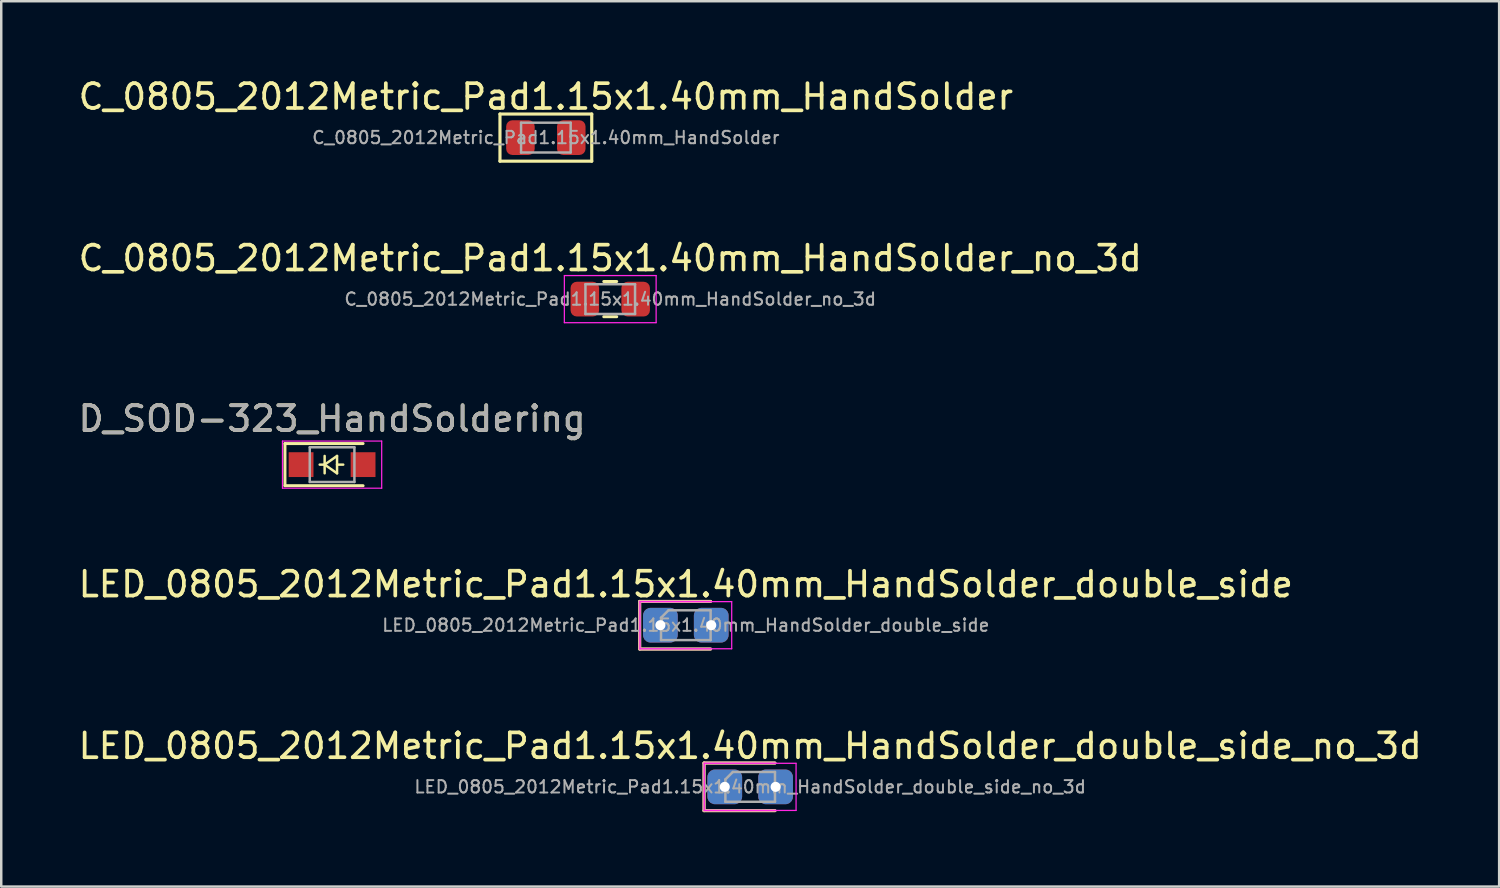
<source format=kicad_pcb>
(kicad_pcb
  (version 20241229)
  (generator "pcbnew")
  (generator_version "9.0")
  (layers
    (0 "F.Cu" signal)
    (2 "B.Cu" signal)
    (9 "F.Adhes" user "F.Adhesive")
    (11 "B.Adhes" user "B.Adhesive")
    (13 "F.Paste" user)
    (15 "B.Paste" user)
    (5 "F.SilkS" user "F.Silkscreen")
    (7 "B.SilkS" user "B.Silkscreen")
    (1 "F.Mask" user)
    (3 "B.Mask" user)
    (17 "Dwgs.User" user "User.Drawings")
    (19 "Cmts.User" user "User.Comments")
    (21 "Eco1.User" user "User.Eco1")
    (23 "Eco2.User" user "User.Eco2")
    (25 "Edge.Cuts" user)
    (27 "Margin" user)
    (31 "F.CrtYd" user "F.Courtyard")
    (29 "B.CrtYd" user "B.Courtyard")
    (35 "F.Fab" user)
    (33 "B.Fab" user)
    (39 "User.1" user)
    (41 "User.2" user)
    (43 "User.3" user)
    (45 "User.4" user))
  (footprint "LED_0805_2012Metric_Pad1.15x1.40mm_HandSolder_double_side"
    (layer "F.Cu")
    (at 24.601 22.157)
    (property "Reference" "LED_0805_2012Metric_Pad1.15x1.40mm_HandSolder_double_side" (at 0 -1.65 0) (layer "F.SilkS") (effects (font (size 1 1) (thickness 0.15))))
    (attr smd)
    (fp_line (start -1.86 -0.96) (end -1.86 0.96) (stroke (width 0.12) (type solid)) (layer "F.SilkS"))
    (fp_line (start -1.86 0.96) (end 1 0.96) (stroke (width 0.12) (type solid)) (layer "F.SilkS"))
    (fp_line (start 1 -0.96) (end -1.86 -0.96) (stroke (width 0.12) (type solid)) (layer "F.SilkS"))
    (fp_line (start -1.86 -0.96) (end -1.86 0.96) (stroke (width 0.12) (type solid)) (layer "B.SilkS"))
    (fp_line (start -1.86 0.96) (end 1 0.96) (stroke (width 0.12) (type solid)) (layer "B.SilkS"))
    (fp_line (start 1 -0.96) (end -1.86 -0.96) (stroke (width 0.12) (type solid)) (layer "B.SilkS"))
    (fp_line (start -1.85 -0.95) (end 1.85 -0.95) (stroke (width 0.05) (type solid)) (layer "F.CrtYd"))
    (fp_line (start -1.85 0.95) (end -1.85 -0.95) (stroke (width 0.05) (type solid)) (layer "F.CrtYd"))
    (fp_line (start 1.85 -0.95) (end 1.85 0.95) (stroke (width 0.05) (type solid)) (layer "F.CrtYd"))
    (fp_line (start 1.85 0.95) (end -1.85 0.95) (stroke (width 0.05) (type solid)) (layer "F.CrtYd"))
    (fp_line (start -1 -0.3) (end -1 0.6) (stroke (width 0.1) (type solid)) (layer "F.Fab"))
    (fp_line (start -1 0.6) (end 1 0.6) (stroke (width 0.1) (type solid)) (layer "F.Fab"))
    (fp_line (start -0.7 -0.6) (end -1 -0.3) (stroke (width 0.1) (type solid)) (layer "F.Fab"))
    (fp_line (start 1 -0.6) (end -0.7 -0.6) (stroke (width 0.1) (type solid)) (layer "F.Fab"))
    (fp_line (start 1 0.6) (end 1 -0.6) (stroke (width 0.1) (type solid)) (layer "F.Fab"))
    (fp_text user "${REFERENCE}" (at 0 0 0) (layer "F.Fab") (effects (font (size 0.5 0.5) (thickness 0.08))))
    (pad "1" thru_hole roundrect (at -1.025 0) (size 1.4 1.4) (drill 0.406) (layers "*.Cu" "*.Mask") (roundrect_rratio 0.217))
    (pad "2" thru_hole roundrect (at 1.025 0) (size 1.4 1.4) (drill 0.406) (layers "*.Cu" "*.Mask") (roundrect_rratio 0.217)))
  (footprint "C_0805_2012Metric_Pad1.15x1.40mm_HandSolder_no_3d"
    (layer "F.Cu")
    (at 21.554 9.01)
    (property "Reference" "C_0805_2012Metric_Pad1.15x1.40mm_HandSolder_no_3d" (at 0 -1.65 0) (layer "F.SilkS") (effects (font (size 1 1) (thickness 0.15))))
    (attr smd)
    (fp_line (start -0.261 -0.71) (end 0.261 -0.71) (stroke (width 0.12) (type solid)) (layer "F.SilkS"))
    (fp_line (start -0.261 0.71) (end 0.261 0.71) (stroke (width 0.12) (type solid)) (layer "F.SilkS"))
    (fp_line (start -1.85 -0.95) (end 1.85 -0.95) (stroke (width 0.05) (type solid)) (layer "F.CrtYd"))
    (fp_line (start -1.85 0.95) (end -1.85 -0.95) (stroke (width 0.05) (type solid)) (layer "F.CrtYd"))
    (fp_line (start 1.85 -0.95) (end 1.85 0.95) (stroke (width 0.05) (type solid)) (layer "F.CrtYd"))
    (fp_line (start 1.85 0.95) (end -1.85 0.95) (stroke (width 0.05) (type solid)) (layer "F.CrtYd"))
    (fp_line (start -1 -0.6) (end 1 -0.6) (stroke (width 0.1) (type solid)) (layer "F.Fab"))
    (fp_line (start -1 0.6) (end -1 -0.6) (stroke (width 0.1) (type solid)) (layer "F.Fab"))
    (fp_line (start 1 -0.6) (end 1 0.6) (stroke (width 0.1) (type solid)) (layer "F.Fab"))
    (fp_line (start 1 0.6) (end -1 0.6) (stroke (width 0.1) (type solid)) (layer "F.Fab"))
    (fp_text user "${REFERENCE}" (at 0 0 0) (layer "F.Fab") (effects (font (size 0.5 0.5) (thickness 0.08))))
    (pad "1" smd roundrect (at -1.025 0) (size 1.15 1.4) (layers "F.Cu" "F.Mask" "F.Paste") (roundrect_rratio 0.217))
    (pad "2" smd roundrect (at 1.025 0) (size 1.15 1.4) (layers "F.Cu" "F.Mask" "F.Paste") (roundrect_rratio 0.217)))
  (footprint "D_SOD-323_HandSoldering"
    (layer "F.Cu")
    (at 10.339 15.683)
    (property "Reference" "D_SOD-323_HandSoldering" (at 0 -1.85 0) (layer "F.SilkS") (effects (font (size 1 1) (thickness 0.15))))
    (attr smd)
    (fp_line (start -1.9 -0.85) (end -1.9 0.85) (stroke (width 0.12) (type solid)) (layer "F.SilkS"))
    (fp_line (start -1.9 -0.85) (end 1.25 -0.85) (stroke (width 0.12) (type solid)) (layer "F.SilkS"))
    (fp_line (start -1.9 0.85) (end 1.25 0.85) (stroke (width 0.12) (type solid)) (layer "F.SilkS"))
    (fp_line (start -0.3 -0.35) (end -0.3 0.35) (stroke (width 0.1) (type solid)) (layer "F.SilkS"))
    (fp_line (start -0.3 0) (end -0.5 0) (stroke (width 0.1) (type solid)) (layer "F.SilkS"))
    (fp_line (start -0.3 0) (end 0.2 -0.35) (stroke (width 0.1) (type solid)) (layer "F.SilkS"))
    (fp_line (start 0.2 -0.35) (end 0.2 0.35) (stroke (width 0.1) (type solid)) (layer "F.SilkS"))
    (fp_line (start 0.2 0) (end 0.45 0) (stroke (width 0.1) (type solid)) (layer "F.SilkS"))
    (fp_line (start 0.2 0.35) (end -0.3 0) (stroke (width 0.1) (type solid)) (layer "F.SilkS"))
    (fp_line (start -2 -0.95) (end -2 0.95) (stroke (width 0.05) (type solid)) (layer "F.CrtYd"))
    (fp_line (start -2 -0.95) (end 2 -0.95) (stroke (width 0.05) (type solid)) (layer "F.CrtYd"))
    (fp_line (start -2 0.95) (end 2 0.95) (stroke (width 0.05) (type solid)) (layer "F.CrtYd"))
    (fp_line (start 2 -0.95) (end 2 0.95) (stroke (width 0.05) (type solid)) (layer "F.CrtYd"))
    (fp_line (start -0.9 -0.7) (end 0.9 -0.7) (stroke (width 0.1) (type solid)) (layer "F.Fab"))
    (fp_line (start -0.9 0.7) (end -0.9 -0.7) (stroke (width 0.1) (type solid)) (layer "F.Fab"))
    (fp_line (start 0.9 -0.7) (end 0.9 0.7) (stroke (width 0.1) (type solid)) (layer "F.Fab"))
    (fp_line (start 0.9 0.7) (end -0.9 0.7) (stroke (width 0.1) (type solid)) (layer "F.Fab"))
    (fp_text user "${REFERENCE}" (at 0 -1.85 0) (layer "F.Fab") (effects (font (size 1 1) (thickness 0.15))))
    (pad "1" smd rect (at -1.25 0) (size 1 1) (layers "F.Cu" "F.Mask" "F.Paste"))
    (pad "2" smd rect (at 1.25 0) (size 1 1) (layers "F.Cu" "F.Mask" "F.Paste")))
  (footprint "LED_0805_2012Metric_Pad1.15x1.40mm_HandSolder_double_side_no_3d"
    (layer "F.Cu")
    (at 27.196 28.675)
    (property "Reference" "LED_0805_2012Metric_Pad1.15x1.40mm_HandSolder_double_side_no_3d" (at 0 -1.65 0) (layer "F.SilkS") (effects (font (size 1 1) (thickness 0.15))))
    (attr smd)
    (fp_line (start -1.86 -0.96) (end -1.86 0.96) (stroke (width 0.12) (type solid)) (layer "F.SilkS"))
    (fp_line (start -1.86 0.96) (end 1 0.96) (stroke (width 0.12) (type solid)) (layer "F.SilkS"))
    (fp_line (start 1 -0.96) (end -1.86 -0.96) (stroke (width 0.12) (type solid)) (layer "F.SilkS"))
    (fp_line (start -1.86 -0.96) (end -1.86 0.96) (stroke (width 0.12) (type solid)) (layer "B.SilkS"))
    (fp_line (start -1.86 0.96) (end 1 0.96) (stroke (width 0.12) (type solid)) (layer "B.SilkS"))
    (fp_line (start 1 -0.96) (end -1.86 -0.96) (stroke (width 0.12) (type solid)) (layer "B.SilkS"))
    (fp_line (start -1.85 -0.95) (end 1.85 -0.95) (stroke (width 0.05) (type solid)) (layer "F.CrtYd"))
    (fp_line (start -1.85 0.95) (end -1.85 -0.95) (stroke (width 0.05) (type solid)) (layer "F.CrtYd"))
    (fp_line (start 1.85 -0.95) (end 1.85 0.95) (stroke (width 0.05) (type solid)) (layer "F.CrtYd"))
    (fp_line (start 1.85 0.95) (end -1.85 0.95) (stroke (width 0.05) (type solid)) (layer "F.CrtYd"))
    (fp_line (start -1 -0.3) (end -1 0.6) (stroke (width 0.1) (type solid)) (layer "F.Fab"))
    (fp_line (start -1 0.6) (end 1 0.6) (stroke (width 0.1) (type solid)) (layer "F.Fab"))
    (fp_line (start -0.7 -0.6) (end -1 -0.3) (stroke (width 0.1) (type solid)) (layer "F.Fab"))
    (fp_line (start 1 -0.6) (end -0.7 -0.6) (stroke (width 0.1) (type solid)) (layer "F.Fab"))
    (fp_line (start 1 0.6) (end 1 -0.6) (stroke (width 0.1) (type solid)) (layer "F.Fab"))
    (fp_text user "${REFERENCE}" (at 0 0 0) (layer "F.Fab") (effects (font (size 0.5 0.5) (thickness 0.08))))
    (pad "1" thru_hole roundrect (at -1.025 0) (size 1.4 1.4) (drill 0.406) (layers "*.Cu" "*.Mask") (roundrect_rratio 0.217))
    (pad "2" thru_hole roundrect (at 1.025 0) (size 1.4 1.4) (drill 0.406) (layers "*.Cu" "*.Mask") (roundrect_rratio 0.217)))
  (footprint "C_0805_2012Metric_Pad1.15x1.40mm_HandSolder"
    (layer "F.Cu")
    (at 18.958 2.498)
    (property "Reference" "C_0805_2012Metric_Pad1.15x1.40mm_HandSolder" (at 0 -1.65 0) (layer "F.SilkS") (effects (font (size 1 1) (thickness 0.15))))
    (attr smd)
    (fp_line (start -1.85 -0.95) (end 1.85 -0.95) (stroke (width 0.127) (type solid)) (layer "F.SilkS"))
    (fp_line (start -1.85 0.95) (end -1.85 -0.95) (stroke (width 0.127) (type solid)) (layer "F.SilkS"))
    (fp_line (start 1.85 -0.95) (end 1.85 0.95) (stroke (width 0.127) (type solid)) (layer "F.SilkS"))
    (fp_line (start 1.85 0.95) (end -1.85 0.95) (stroke (width 0.127) (type solid)) (layer "F.SilkS"))
    (fp_line (start -1 -0.6) (end 1 -0.6) (stroke (width 0.1) (type solid)) (layer "F.Fab"))
    (fp_line (start -1 0.6) (end -1 -0.6) (stroke (width 0.1) (type solid)) (layer "F.Fab"))
    (fp_line (start 1 -0.6) (end 1 0.6) (stroke (width 0.1) (type solid)) (layer "F.Fab"))
    (fp_line (start 1 0.6) (end -1 0.6) (stroke (width 0.1) (type solid)) (layer "F.Fab"))
    (fp_text user "${REFERENCE}" (at 0 0 0) (layer "F.Fab") (effects (font (size 0.5 0.5) (thickness 0.08))))
    (pad "1" smd roundrect (at -1.025 0) (size 1.15 1.4) (layers "F.Cu" "F.Mask" "F.Paste") (roundrect_rratio 0.217))
    (pad "2" smd roundrect (at 1.025 0) (size 1.15 1.4) (layers "F.Cu" "F.Mask" "F.Paste") (roundrect_rratio 0.217)))
  (gr_rect
    (start -3 -3)
    (end 57.393 32.695)
    (stroke (width 0.1) (type default))
    (fill no)
    (layer "Edge.Cuts")))
</source>
